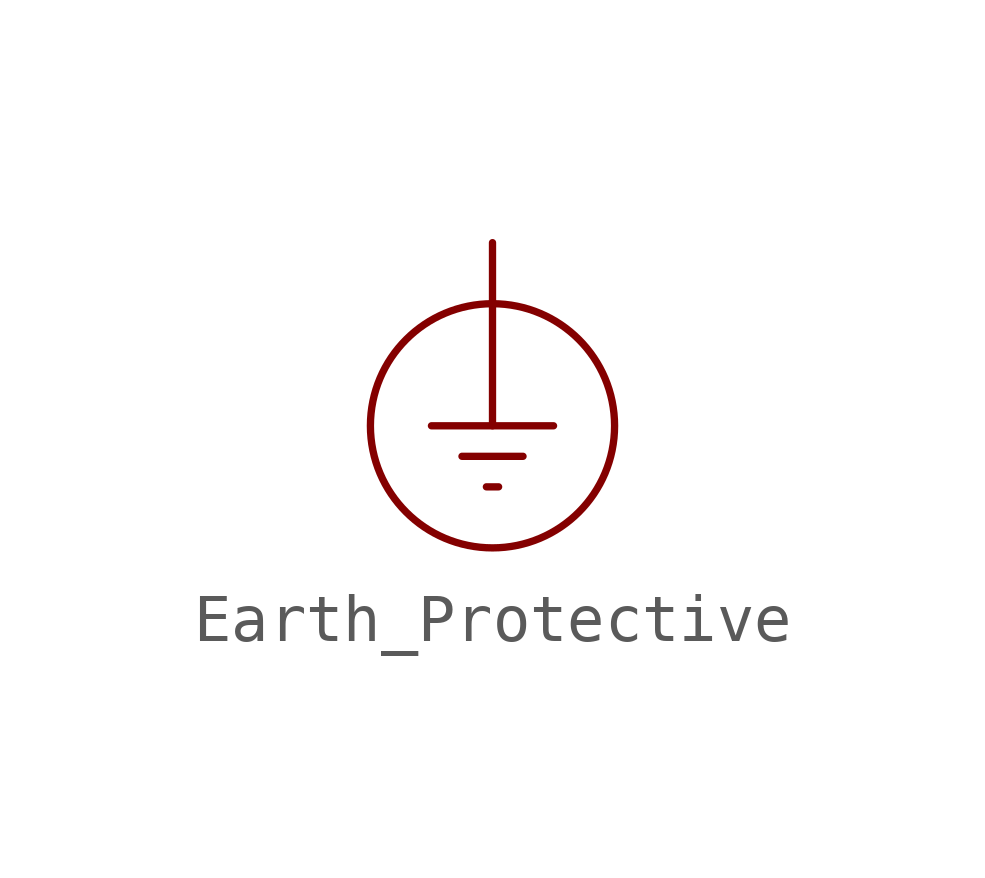
<source format=kicad_sym>
(kicad_symbol_lib
  (version 20211014)
  (generator kicad_symbol_editor)
  (symbol "Earth_Protective"
    (power)
    (pin_names
      (offset 0))
    (property "Reference" "#PWR"
      (at 6.35 -6.35 0)
      (effects (font (size 1.27 1.27)) hide))
    (property "Footprint" ""
      (at 0 -2.54 0)
      (effects (font (size 1.524 1.524))))
    (property "Datasheet" ""
      (at 0 -2.54 0)
      (effects (font (size 1.524 1.524))))
    (symbol "Earth_Protective_0_1"
      (circle (center 0 -3.81) (radius 2.54) (stroke (width 0) (type default) (color 0 0 0 0)) (fill (type none)))
      (polyline (pts (xy -0.635 -4.445) (xy 0.635 -4.445)) (stroke (width 0) (type default) (color 0 0 0 0)) (fill (type none)))
      (polyline (pts (xy -0.127 -5.08) (xy 0.127 -5.08)) (stroke (width 0) (type default) (color 0 0 0 0)) (fill (type none)))
      (polyline (pts (xy 0 -3.81) (xy 0 0)) (stroke (width 0) (type default) (color 0 0 0 0)) (fill (type none)))
      (polyline (pts (xy 1.27 -3.81) (xy -1.27 -3.81)) (stroke (width 0) (type default) (color 0 0 0 0)) (fill (type none))))
    (symbol "Earth_Protective_1_1"
      (pin power_in line (at 0 0 270) (length 0) hide (name "Earth_Protective" (effects (font (size 1.27 1.27)))) (number "1" (effects (font (size 1.27 1.27))))))))
</source>
